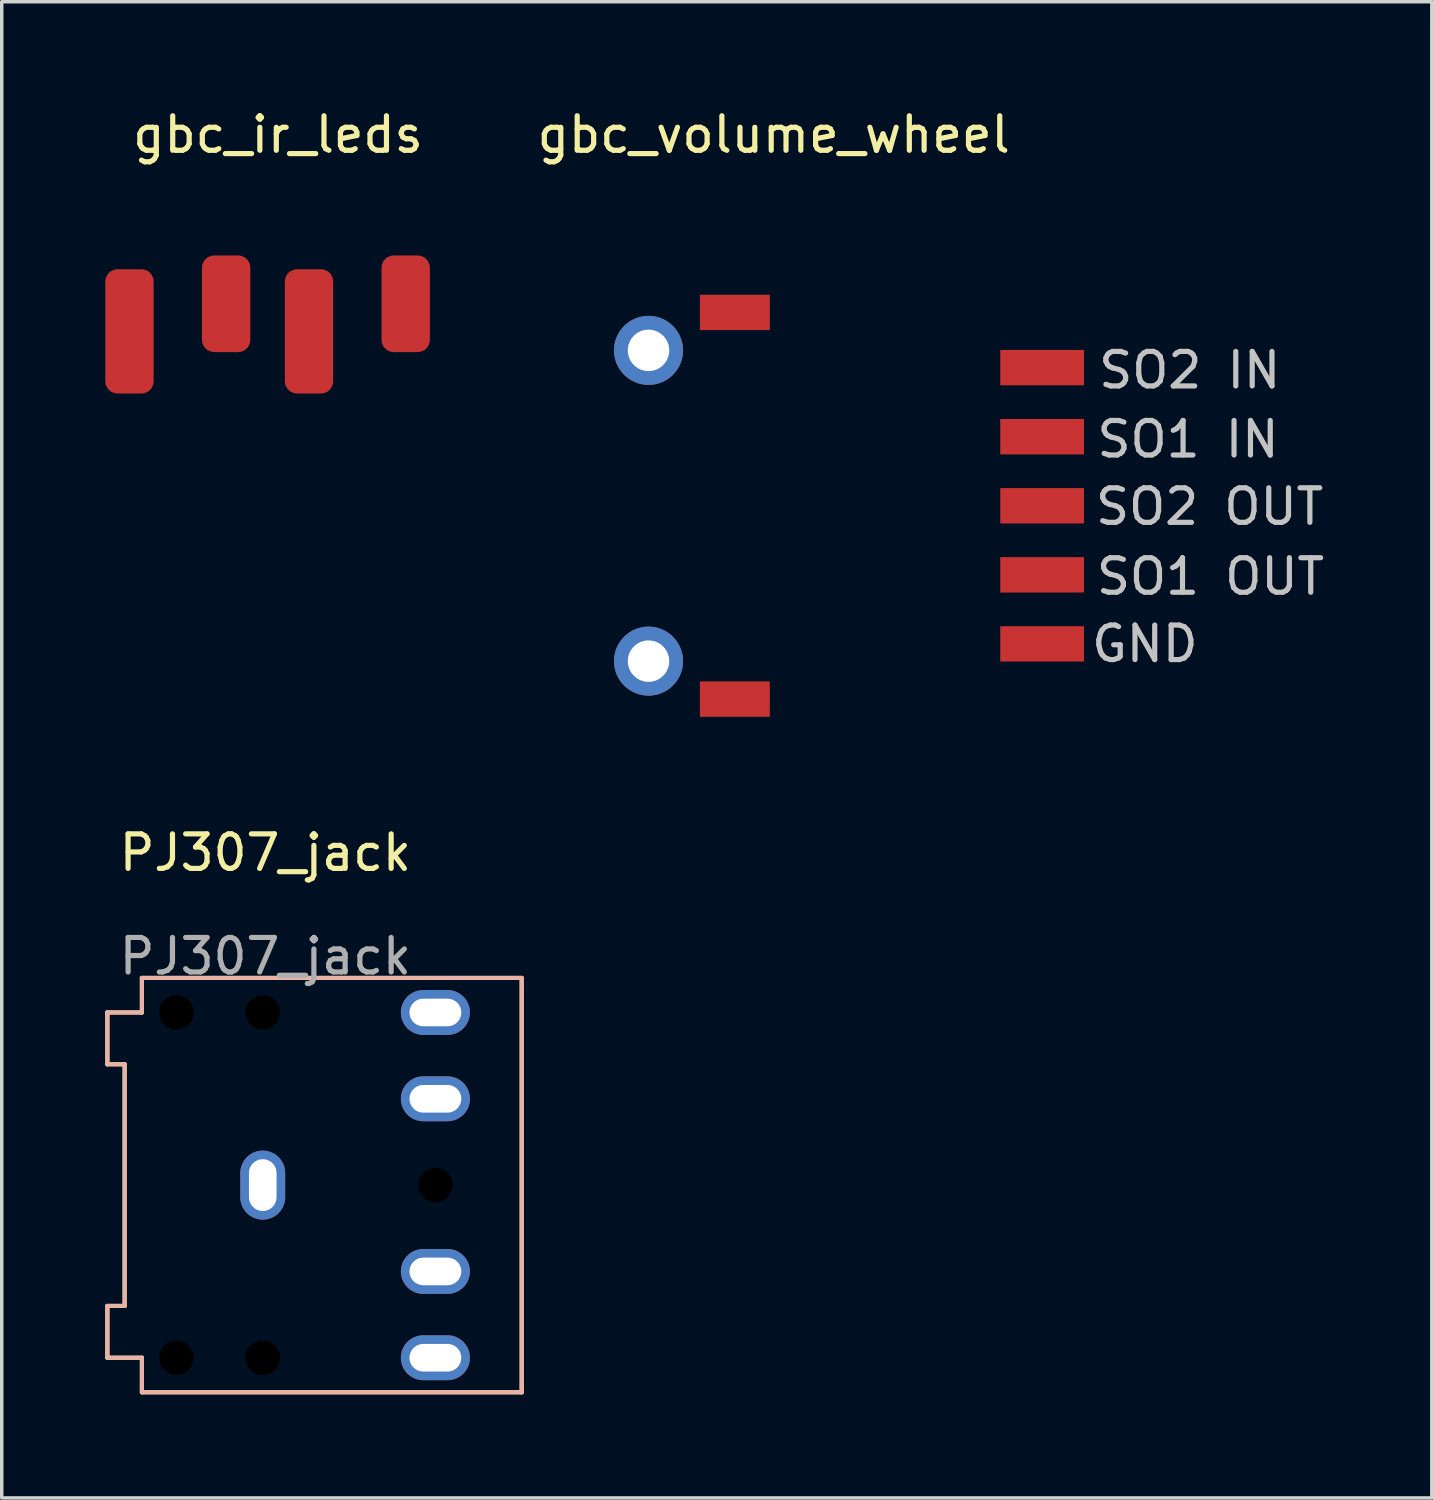
<source format=kicad_pcb>
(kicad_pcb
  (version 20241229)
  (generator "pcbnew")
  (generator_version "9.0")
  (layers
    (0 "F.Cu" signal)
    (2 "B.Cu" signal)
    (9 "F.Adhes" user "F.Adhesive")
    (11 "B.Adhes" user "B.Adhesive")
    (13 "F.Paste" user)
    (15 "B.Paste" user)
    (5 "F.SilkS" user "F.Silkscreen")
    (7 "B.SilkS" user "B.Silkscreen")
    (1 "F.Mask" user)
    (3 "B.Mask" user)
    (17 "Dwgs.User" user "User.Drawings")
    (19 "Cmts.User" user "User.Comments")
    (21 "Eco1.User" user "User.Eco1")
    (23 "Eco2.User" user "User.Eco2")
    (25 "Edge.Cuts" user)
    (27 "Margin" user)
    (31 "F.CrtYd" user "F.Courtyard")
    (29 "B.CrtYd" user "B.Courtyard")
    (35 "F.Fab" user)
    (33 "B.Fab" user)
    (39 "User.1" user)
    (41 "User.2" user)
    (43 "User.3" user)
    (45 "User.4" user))
  (footprint "PJ307_jack"
    (layer "F.Cu")
    (at 4.56 31.274)
    (property "Reference" "PJ307_jack" (at 0.076 -9.628 0) (unlocked yes) (layer "F.SilkS") (effects (font (size 1 1) (thickness 0.15))))
    (attr through_hole)
    (fp_line (start -4.5 -5) (end -4.5 -3.5) (stroke (width 0.12) (type solid)) (layer "F.SilkS"))
    (fp_line (start -4.5 -3.5) (end -4 -3.5) (stroke (width 0.12) (type solid)) (layer "F.SilkS"))
    (fp_line (start -4.5 3.5) (end -4 3.5) (stroke (width 0.12) (type solid)) (layer "F.SilkS"))
    (fp_line (start -4.5 5) (end -4.5 3.5) (stroke (width 0.12) (type solid)) (layer "F.SilkS"))
    (fp_line (start -4.5 5) (end -3.5 5) (stroke (width 0.12) (type solid)) (layer "F.SilkS"))
    (fp_line (start -4 -3.5) (end -4 3.5) (stroke (width 0.12) (type solid)) (layer "F.SilkS"))
    (fp_line (start -3.5 -6) (end -3.5 -5) (stroke (width 0.12) (type solid)) (layer "F.SilkS"))
    (fp_line (start -3.5 -6) (end 7.5 -6) (stroke (width 0.12) (type solid)) (layer "F.SilkS"))
    (fp_line (start -3.5 -5) (end -4.5 -5) (stroke (width 0.12) (type solid)) (layer "F.SilkS"))
    (fp_line (start -3.5 6) (end -3.5 5) (stroke (width 0.12) (type solid)) (layer "F.SilkS"))
    (fp_line (start 7.5 -6) (end 7.5 6) (stroke (width 0.12) (type solid)) (layer "F.SilkS"))
    (fp_line (start 7.5 6) (end -3.5 6) (stroke (width 0.12) (type solid)) (layer "F.SilkS"))
    (fp_line (start -4.5 -5) (end -4.5 -3.5) (stroke (width 0.12) (type solid)) (layer "B.SilkS"))
    (fp_line (start -4.5 -3.5) (end -4 -3.5) (stroke (width 0.12) (type solid)) (layer "B.SilkS"))
    (fp_line (start -4.5 3.5) (end -4.5 5) (stroke (width 0.12) (type solid)) (layer "B.SilkS"))
    (fp_line (start -4.5 5) (end -3.5 5) (stroke (width 0.12) (type solid)) (layer "B.SilkS"))
    (fp_line (start -4 -3.5) (end -4 3.5) (stroke (width 0.12) (type solid)) (layer "B.SilkS"))
    (fp_line (start -4 3.5) (end -4.5 3.5) (stroke (width 0.12) (type solid)) (layer "B.SilkS"))
    (fp_line (start -3.5 -6) (end -3.5 -5) (stroke (width 0.12) (type solid)) (layer "B.SilkS"))
    (fp_line (start -3.5 -6) (end 7.5 -6) (stroke (width 0.12) (type solid)) (layer "B.SilkS"))
    (fp_line (start -3.5 -5) (end -4.5 -5) (stroke (width 0.12) (type solid)) (layer "B.SilkS"))
    (fp_line (start -3.5 5) (end -3.5 6) (stroke (width 0.12) (type solid)) (layer "B.SilkS"))
    (fp_line (start 7.5 -6) (end 7.5 6) (stroke (width 0.12) (type solid)) (layer "B.SilkS"))
    (fp_line (start 7.5 6) (end -3.5 6) (stroke (width 0.12) (type solid)) (layer "B.SilkS"))
    (fp_text user "${REFERENCE}" (at 0.076 -6.628 0) (unlocked yes) (layer "F.Fab") (effects (font (size 1 1) (thickness 0.15))))
    (pad "" np_thru_hole circle (at -2.5 -5) (size 1 1) (drill 1) (layers "*.Mask"))
    (pad "" np_thru_hole circle (at -2.5 5) (size 1 1) (drill 1) (layers "*.Mask"))
    (pad "" np_thru_hole circle (at 0 -5) (size 1 1) (drill 1) (layers "*.Mask"))
    (pad "" np_thru_hole circle (at 0 5) (size 1 1) (drill 1) (layers "*.Mask"))
    (pad "" np_thru_hole circle (at 5 0) (size 1 1) (drill 1) (layers "*.Mask"))
    (pad "R" thru_hole oval (at 5 5) (size 2 1.3) (drill oval 1.5 0.8) (layers "*.Cu" "*.Mask"))
    (pad "RN" thru_hole oval (at 5 2.5) (size 2 1.3) (drill oval 1.5 0.8) (layers "*.Cu" "*.Mask"))
    (pad "S" thru_hole oval (at 0 0) (size 1.3 2) (drill oval 0.8 1.5) (layers "*.Cu" "*.Mask"))
    (pad "T" thru_hole oval (at 5 -5) (size 2 1.3) (drill oval 1.5 0.8) (layers "*.Cu" "*.Mask"))
    (pad "TN" thru_hole oval (at 5 -2.5) (size 2 1.3) (drill oval 1.5 0.8) (layers "*.Cu" "*.Mask")))
  (footprint "gbc_volume_wheel"
    (layer "F.Cu")
    (at 19.233 11.598)
    (property "Reference" "gbc_volume_wheel" (at 0.125 -10.75 0) (unlocked yes) (layer "F.SilkS") (effects (font (size 1 1) (thickness 0.15))))
    (fp_poly (pts (xy -2 -6.1) (xy -2 -5.1) (xy 0 -5.1) (xy 0 -6.1)) (stroke (width 0.2) (type solid)) (fill yes) (layer "F.Mask"))
    (fp_poly (pts (xy -2 5.1) (xy -2 6.1) (xy 0 6.1) (xy 0 5.1)) (stroke (width 0.2) (type solid)) (fill yes) (layer "F.Mask"))
    (fp_poly (pts (xy 6.7 -4.5) (xy 6.7 -3.5) (xy 9.1 -3.5) (xy 9.1 -4.5)) (stroke (width 0.2) (type solid)) (fill yes) (layer "F.Mask"))
    (fp_poly (pts (xy 6.7 -2.5) (xy 6.7 -1.5) (xy 9.1 -1.5) (xy 9.1 -2.5)) (stroke (width 0.2) (type solid)) (fill yes) (layer "F.Mask"))
    (fp_poly (pts (xy 6.7 -0.5) (xy 6.7 0.5) (xy 9.1 0.5) (xy 9.1 -0.5)) (stroke (width 0.2) (type solid)) (fill yes) (layer "F.Mask"))
    (fp_poly (pts (xy 6.7 1.5) (xy 6.7 2.5) (xy 9.1 2.5) (xy 9.1 1.5)) (stroke (width 0.2) (type solid)) (fill yes) (layer "F.Mask"))
    (fp_poly (pts (xy 6.7 3.5) (xy 6.7 4.5) (xy 9.1 4.5) (xy 9.1 3.5)) (stroke (width 0.2) (type solid)) (fill yes) (layer "F.Mask"))
    (fp_text user "SO1 IN" (at 12.125 -1.925 0) (unlocked yes) (layer "Dwgs.User") (effects (font (size 1 1) (thickness 0.15))))
    (fp_text user "SO1 OUT" (at 12.775 2.05 0) (unlocked yes) (layer "Dwgs.User") (effects (font (size 1 1) (thickness 0.15))))
    (fp_text user "SO2 IN" (at 12.175 -3.925 0) (unlocked yes) (layer "Dwgs.User") (effects (font (size 1 1) (thickness 0.15))))
    (fp_text user "SO2 OUT" (at 12.75 0.025 0) (unlocked yes) (layer "Dwgs.User") (effects (font (size 1 1) (thickness 0.15))))
    (fp_text user "GND" (at 10.875 4 0) (unlocked yes) (layer "Dwgs.User") (effects (font (size 1 1) (thickness 0.15))))
    (pad "1" smd custom (at 7.825 3.975) (size 0.537 0.537) (layers "F.Cu" "F.Mask" "F.Paste") (options (anchor circle)) (primitives (gr_poly (pts (xy -0.381 -0.134) (xy -0.371 -0.186) (xy -0.342 -0.229) (xy -0.298 -0.258) (xy -0.247 -0.269) (xy 0.247 -0.269) (xy 0.298 -0.258) (xy 0.342 -0.229) (xy 0.371 -0.186) (xy 0.381 -0.134) (xy 0.381 0.134) (xy 0.371 0.186) (xy 0.342 0.229) (xy 0.298 0.258) (xy 0.247 0.269) (xy -0.247 0.269) (xy -0.298 0.258) (xy -0.342 0.229) (xy -0.371 0.186) (xy -0.381 0.134)) (width 0) (fill yes)) (gr_poly (pts (xy -1.125 -0.475) (xy -1.125 0.525) (xy 1.275 0.525) (xy 1.275 -0.475)) (width 0.025) (fill yes))))
    (pad "2" smd custom (at 7.9 1.95) (size 0.662 0.662) (layers "F.Cu" "F.Mask" "F.Paste") (options (anchor circle)) (primitives (gr_poly (pts (xy -0.569 -0.166) (xy -0.556 -0.229) (xy -0.52 -0.283) (xy -0.466 -0.318) (xy -0.403 -0.331) (xy 0.403 -0.331) (xy 0.466 -0.318) (xy 0.52 -0.283) (xy 0.556 -0.229) (xy 0.569 -0.166) (xy 0.569 0.166) (xy 0.556 0.229) (xy 0.52 0.283) (xy 0.466 0.318) (xy 0.403 0.331) (xy -0.403 0.331) (xy -0.466 0.318) (xy -0.52 0.283) (xy -0.556 0.229) (xy -0.569 0.166)) (width 0) (fill yes)) (gr_poly (pts (xy -1.2 -0.45) (xy -1.2 0.55) (xy 1.2 0.55) (xy 1.2 -0.45)) (width 0.025) (fill yes))))
    (pad "3" smd custom (at 7.925 -0.1) (size 0.537 0.537) (layers "F.Cu" "F.Mask" "F.Paste") (options (anchor circle)) (primitives (gr_poly (pts (xy -0.606 -0.134) (xy -0.596 -0.186) (xy -0.567 -0.229) (xy -0.523 -0.258) (xy -0.472 -0.269) (xy 0.472 -0.269) (xy 0.523 -0.258) (xy 0.567 -0.229) (xy 0.596 -0.186) (xy 0.606 -0.134) (xy 0.606 0.134) (xy 0.596 0.186) (xy 0.567 0.229) (xy 0.523 0.258) (xy 0.472 0.269) (xy -0.472 0.269) (xy -0.523 0.258) (xy -0.567 0.229) (xy -0.596 0.186) (xy -0.606 0.134)) (width 0) (fill yes)) (gr_poly (pts (xy -1.225 -0.4) (xy -1.225 0.6) (xy 1.175 0.6) (xy 1.175 -0.4)) (width 0.025) (fill yes))))
    (pad "4" smd custom (at 7.925 -3.975) (size 0.612 0.612) (layers "F.Cu" "F.Mask" "F.Paste") (options (anchor circle)) (primitives (gr_poly (pts (xy -0.543 -0.153) (xy -0.532 -0.212) (xy -0.499 -0.261) (xy -0.449 -0.294) (xy -0.391 -0.306) (xy 0.391 -0.306) (xy 0.449 -0.294) (xy 0.499 -0.261) (xy 0.532 -0.212) (xy 0.543 -0.153) (xy 0.543 0.153) (xy 0.532 0.212) (xy 0.499 0.261) (xy 0.449 0.294) (xy 0.391 0.306) (xy -0.391 0.306) (xy -0.449 0.294) (xy -0.499 0.261) (xy -0.532 0.212) (xy -0.543 0.153)) (width 0) (fill yes)) (gr_poly (pts (xy -1.225 -0.525) (xy -1.225 0.475) (xy 1.175 0.475) (xy 1.175 -0.525)) (width 0.025) (fill yes))))
    (pad "5" smd custom (at 7.9 -2.075) (size 0.537 0.537) (layers "F.Cu" "F.Mask" "F.Paste") (options (anchor circle)) (primitives (gr_poly (pts (xy -0.631 -0.134) (xy -0.621 -0.186) (xy -0.592 -0.229) (xy -0.548 -0.258) (xy -0.497 -0.269) (xy 0.497 -0.269) (xy 0.548 -0.258) (xy 0.592 -0.229) (xy 0.621 -0.186) (xy 0.631 -0.134) (xy 0.631 0.134) (xy 0.621 0.186) (xy 0.592 0.229) (xy 0.548 0.258) (xy 0.497 0.269) (xy -0.497 0.269) (xy -0.548 0.258) (xy -0.592 0.229) (xy -0.621 0.186) (xy -0.631 0.134)) (width 0) (fill yes)) (gr_poly (pts (xy -1.2 -0.425) (xy -1.2 0.575) (xy 1.2 0.575) (xy 1.2 -0.425)) (width 0.025) (fill yes))))
    (pad "MP" thru_hole circle (at -3.5 -4.5) (size 2 2) (drill 1.2) (layers "*.Cu" "*.Mask"))
    (pad "MP" thru_hole circle (at -3.5 4.5) (size 2 2) (drill 1.2) (layers "*.Cu" "*.Mask"))
    (pad "MP" smd custom (at -1.05 -5.675) (size 0.637 0.637) (layers "F.Cu" "F.Mask" "F.Paste") (options (anchor circle)) (primitives (gr_poly (pts (xy -0.356 -0.159) (xy -0.344 -0.22) (xy -0.309 -0.272) (xy -0.258 -0.306) (xy -0.197 -0.319) (xy 0.197 -0.319) (xy 0.258 -0.306) (xy 0.309 -0.272) (xy 0.344 -0.22) (xy 0.356 -0.159) (xy 0.356 0.159) (xy 0.344 0.22) (xy 0.309 0.272) (xy 0.258 0.306) (xy 0.197 0.319) (xy -0.197 0.319) (xy -0.258 0.306) (xy -0.309 0.272) (xy -0.344 0.22) (xy -0.356 0.159)) (width 0) (fill yes)) (gr_poly (pts (xy -0.95 -0.425) (xy -0.95 0.575) (xy 1.05 0.575) (xy 1.05 -0.425)) (width 0.025) (fill yes))))
    (pad "MP" smd custom (at -1 5.55) (size 0.612 0.612) (layers "F.Cu" "F.Mask" "F.Paste") (options (anchor circle)) (primitives (gr_poly (pts (xy -0.581 -0.153) (xy -0.569 -0.212) (xy -0.536 -0.261) (xy -0.487 -0.294) (xy -0.428 -0.306) (xy 0.428 -0.306) (xy 0.487 -0.294) (xy 0.536 -0.261) (xy 0.569 -0.212) (xy 0.581 -0.153) (xy 0.581 0.153) (xy 0.569 0.212) (xy 0.536 0.261) (xy 0.487 0.294) (xy 0.428 0.306) (xy -0.428 0.306) (xy -0.487 0.294) (xy -0.536 0.261) (xy -0.569 0.212) (xy -0.581 0.153)) (width 0) (fill yes)) (gr_poly (pts (xy -1 -0.45) (xy -1 0.55) (xy 1 0.55) (xy 1 -0.45)) (width 0.025) (fill yes)))))
  (footprint "gbc_ir_leds"
    (layer "F.Cu")
    (at 4.7 6.548)
    (property "Reference" "gbc_ir_leds" (at 0.3 -5.7 0) (unlocked yes) (layer "F.SilkS") (effects (font (size 1 1) (thickness 0.15))))
    (attr smd)
    (pad "1" smd roundrect (at 4 -0.8 270) (size 2.8 1.4) (layers "F.Cu" "F.Mask") (roundrect_rratio 0.25))
    (pad "2" smd roundrect (at 1.2 0 270) (size 3.6 1.4) (layers "F.Cu" "F.Mask") (roundrect_rratio 0.25))
    (pad "3" smd roundrect (at -1.2 -0.8 270) (size 2.8 1.4) (layers "F.Cu" "F.Mask") (roundrect_rratio 0.25))
    (pad "4" smd roundrect (at -4 0 270) (size 3.6 1.4) (layers "F.Cu" "F.Mask") (roundrect_rratio 0.25)))
  (gr_rect
    (start -3 -3)
    (end 38.419 40.334)
    (stroke (width 0.1) (type default))
    (fill no)
    (layer "Edge.Cuts")))
</source>
